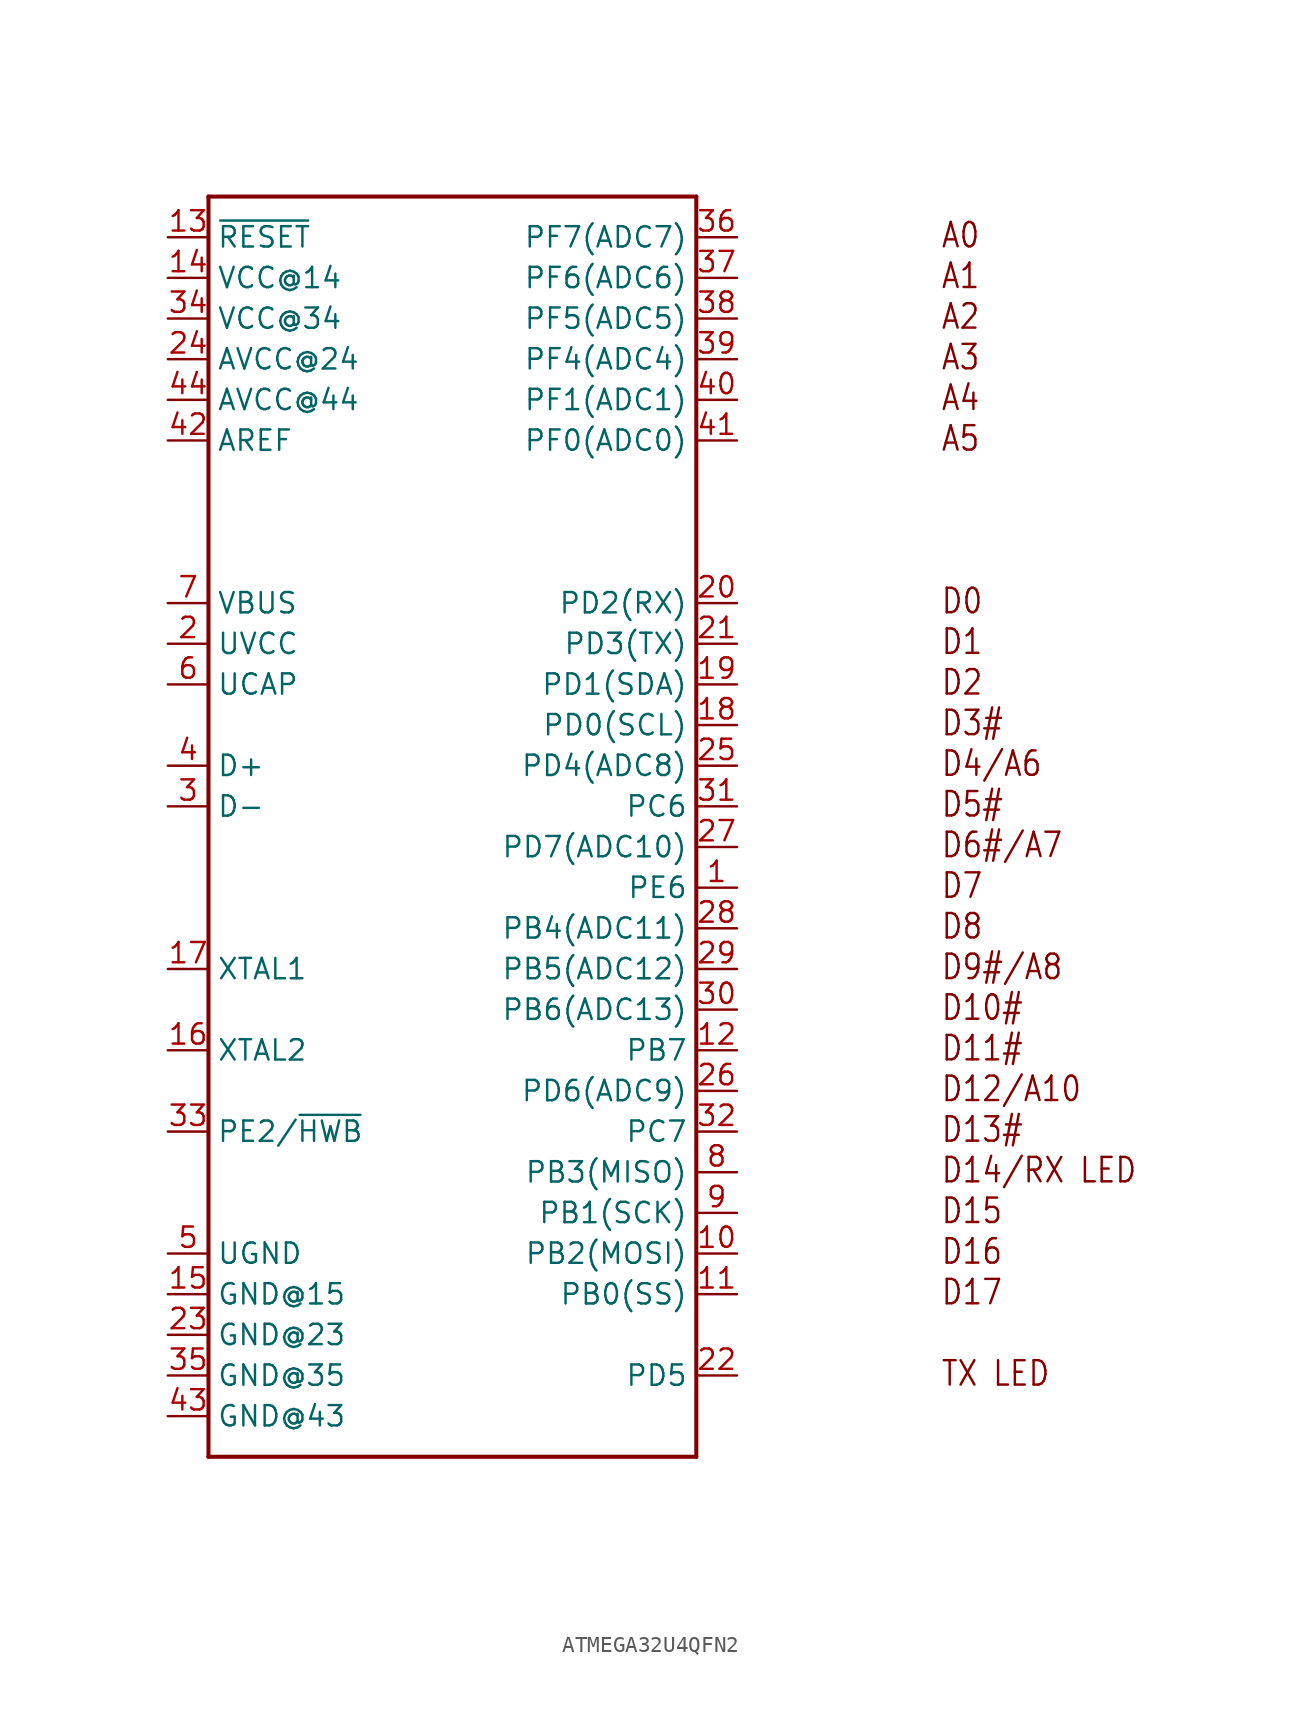
<source format=kicad_sym>
(kicad_symbol_lib
  (version 20220914)
  (generator kicad_symbol_editor)
  (symbol "ATMEGA32U4QFN2"
    (property "Reference" ""
      (at -15.24 38.1 0)
      (effects (font (size 1.778 1.511)) (justify left bottom) hide))
    (property "Value" ""
      (at -15.24 -43.18 0)
      (effects (font (size 1.778 1.511)) (justify left bottom)))
    (property "ki_locked" ""
      (at 0 0 0)
      (effects (font (size 1.27 1.27))))
    (symbol "ATMEGA32U4QFN2_1_0"
      (polyline (pts (xy -15.24 -40.64) (xy 15.24 -40.64)) (stroke (width 0.254) (type solid)) (fill (type none)))
      (polyline (pts (xy -15.24 38.1) (xy -15.24 -40.64)) (stroke (width 0.254) (type solid)) (fill (type none)))
      (polyline (pts (xy 15.24 -40.64) (xy 15.24 38.1)) (stroke (width 0.254) (type solid)) (fill (type none)))
      (polyline (pts (xy 15.24 38.1) (xy -15.24 38.1)) (stroke (width 0.254) (type solid)) (fill (type none)))
      (text "A0" (at 30.48 34.798 0) (effects (font (size 1.524 1.295)) (justify left bottom)))
      (text "A1" (at 30.48 32.258 0) (effects (font (size 1.524 1.295)) (justify left bottom)))
      (text "A2" (at 30.48 29.718 0) (effects (font (size 1.524 1.295)) (justify left bottom)))
      (text "A3" (at 30.48 27.178 0) (effects (font (size 1.524 1.295)) (justify left bottom)))
      (text "A4" (at 30.48 24.638 0) (effects (font (size 1.524 1.295)) (justify left bottom)))
      (text "A5" (at 30.48 22.098 0) (effects (font (size 1.524 1.295)) (justify left bottom)))
      (text "D0" (at 30.48 11.938 0) (effects (font (size 1.524 1.295)) (justify left bottom)))
      (text "D1" (at 30.48 9.398 0) (effects (font (size 1.524 1.295)) (justify left bottom)))
      (text "D10#" (at 30.48 -13.462 0) (effects (font (size 1.524 1.295)) (justify left bottom)))
      (text "D11#" (at 30.48 -16.002 0) (effects (font (size 1.524 1.295)) (justify left bottom)))
      (text "D12/A10" (at 30.48 -18.542 0) (effects (font (size 1.524 1.295)) (justify left bottom)))
      (text "D13#" (at 30.48 -21.082 0) (effects (font (size 1.524 1.295)) (justify left bottom)))
      (text "D14/RX LED" (at 30.48 -23.622 0) (effects (font (size 1.524 1.295)) (justify left bottom)))
      (text "D15" (at 30.48 -26.162 0) (effects (font (size 1.524 1.295)) (justify left bottom)))
      (text "D16" (at 30.48 -28.702 0) (effects (font (size 1.524 1.295)) (justify left bottom)))
      (text "D17" (at 30.48 -31.242 0) (effects (font (size 1.524 1.295)) (justify left bottom)))
      (text "D2" (at 30.48 6.858 0) (effects (font (size 1.524 1.295)) (justify left bottom)))
      (text "D3#" (at 30.48 4.318 0) (effects (font (size 1.524 1.295)) (justify left bottom)))
      (text "D4/A6" (at 30.48 1.778 0) (effects (font (size 1.524 1.295)) (justify left bottom)))
      (text "D5#" (at 30.48 -0.762 0) (effects (font (size 1.524 1.295)) (justify left bottom)))
      (text "D6#/A7" (at 30.48 -3.302 0) (effects (font (size 1.524 1.295)) (justify left bottom)))
      (text "D7" (at 30.48 -5.842 0) (effects (font (size 1.524 1.295)) (justify left bottom)))
      (text "D8" (at 30.48 -8.382 0) (effects (font (size 1.524 1.295)) (justify left bottom)))
      (text "D9#/A8" (at 30.48 -10.922 0) (effects (font (size 1.524 1.295)) (justify left bottom)))
      (text "TX LED" (at 30.48 -36.322 0) (effects (font (size 1.524 1.295)) (justify left bottom)))
      (pin bidirectional line (at 17.78 -5.08 180) (length 2.54) (name "PE6" (effects (font (size 1.27 1.27)))) (number "1" (effects (font (size 1.27 1.27)))))
      (pin bidirectional line (at 17.78 -27.94 180) (length 2.54) (name "PB2(MOSI)" (effects (font (size 1.27 1.27)))) (number "10" (effects (font (size 1.27 1.27)))))
      (pin bidirectional line (at 17.78 -30.48 180) (length 2.54) (name "PB0(SS)" (effects (font (size 1.27 1.27)))) (number "11" (effects (font (size 1.27 1.27)))))
      (pin bidirectional line (at 17.78 -15.24 180) (length 2.54) (name "PB7" (effects (font (size 1.27 1.27)))) (number "12" (effects (font (size 1.27 1.27)))))
      (pin bidirectional line (at -17.78 35.56 0) (length 2.54) (name "~{RESET}" (effects (font (size 1.27 1.27)))) (number "13" (effects (font (size 1.27 1.27)))))
      (pin bidirectional line (at -17.78 33.02 0) (length 2.54) (name "VCC@14" (effects (font (size 1.27 1.27)))) (number "14" (effects (font (size 1.27 1.27)))))
      (pin bidirectional line (at -17.78 -30.48 0) (length 2.54) (name "GND@15" (effects (font (size 1.27 1.27)))) (number "15" (effects (font (size 1.27 1.27)))))
      (pin bidirectional line (at -17.78 -15.24 0) (length 2.54) (name "XTAL2" (effects (font (size 1.27 1.27)))) (number "16" (effects (font (size 1.27 1.27)))))
      (pin bidirectional line (at -17.78 -10.16 0) (length 2.54) (name "XTAL1" (effects (font (size 1.27 1.27)))) (number "17" (effects (font (size 1.27 1.27)))))
      (pin bidirectional line (at 17.78 5.08 180) (length 2.54) (name "PD0(SCL)" (effects (font (size 1.27 1.27)))) (number "18" (effects (font (size 1.27 1.27)))))
      (pin bidirectional line (at 17.78 7.62 180) (length 2.54) (name "PD1(SDA)" (effects (font (size 1.27 1.27)))) (number "19" (effects (font (size 1.27 1.27)))))
      (pin bidirectional line (at -17.78 10.16 0) (length 2.54) (name "UVCC" (effects (font (size 1.27 1.27)))) (number "2" (effects (font (size 1.27 1.27)))))
      (pin bidirectional line (at 17.78 12.7 180) (length 2.54) (name "PD2(RX)" (effects (font (size 1.27 1.27)))) (number "20" (effects (font (size 1.27 1.27)))))
      (pin bidirectional line (at 17.78 10.16 180) (length 2.54) (name "PD3(TX)" (effects (font (size 1.27 1.27)))) (number "21" (effects (font (size 1.27 1.27)))))
      (pin bidirectional line (at 17.78 -35.56 180) (length 2.54) (name "PD5" (effects (font (size 1.27 1.27)))) (number "22" (effects (font (size 1.27 1.27)))))
      (pin bidirectional line (at -17.78 -33.02 0) (length 2.54) (name "GND@23" (effects (font (size 1.27 1.27)))) (number "23" (effects (font (size 1.27 1.27)))))
      (pin bidirectional line (at -17.78 27.94 0) (length 2.54) (name "AVCC@24" (effects (font (size 1.27 1.27)))) (number "24" (effects (font (size 1.27 1.27)))))
      (pin bidirectional line (at 17.78 2.54 180) (length 2.54) (name "PD4(ADC8)" (effects (font (size 1.27 1.27)))) (number "25" (effects (font (size 1.27 1.27)))))
      (pin bidirectional line (at 17.78 -17.78 180) (length 2.54) (name "PD6(ADC9)" (effects (font (size 1.27 1.27)))) (number "26" (effects (font (size 1.27 1.27)))))
      (pin bidirectional line (at 17.78 -2.54 180) (length 2.54) (name "PD7(ADC10)" (effects (font (size 1.27 1.27)))) (number "27" (effects (font (size 1.27 1.27)))))
      (pin bidirectional line (at 17.78 -7.62 180) (length 2.54) (name "PB4(ADC11)" (effects (font (size 1.27 1.27)))) (number "28" (effects (font (size 1.27 1.27)))))
      (pin bidirectional line (at 17.78 -10.16 180) (length 2.54) (name "PB5(ADC12)" (effects (font (size 1.27 1.27)))) (number "29" (effects (font (size 1.27 1.27)))))
      (pin bidirectional line (at -17.78 0 0) (length 2.54) (name "D-" (effects (font (size 1.27 1.27)))) (number "3" (effects (font (size 1.27 1.27)))))
      (pin bidirectional line (at 17.78 -12.7 180) (length 2.54) (name "PB6(ADC13)" (effects (font (size 1.27 1.27)))) (number "30" (effects (font (size 1.27 1.27)))))
      (pin bidirectional line (at 17.78 0 180) (length 2.54) (name "PC6" (effects (font (size 1.27 1.27)))) (number "31" (effects (font (size 1.27 1.27)))))
      (pin bidirectional line (at 17.78 -20.32 180) (length 2.54) (name "PC7" (effects (font (size 1.27 1.27)))) (number "32" (effects (font (size 1.27 1.27)))))
      (pin bidirectional line (at -17.78 -20.32 0) (length 2.54) (name "PE2/~{HWB}" (effects (font (size 1.27 1.27)))) (number "33" (effects (font (size 1.27 1.27)))))
      (pin bidirectional line (at -17.78 30.48 0) (length 2.54) (name "VCC@34" (effects (font (size 1.27 1.27)))) (number "34" (effects (font (size 1.27 1.27)))))
      (pin bidirectional line (at -17.78 -35.56 0) (length 2.54) (name "GND@35" (effects (font (size 1.27 1.27)))) (number "35" (effects (font (size 1.27 1.27)))))
      (pin bidirectional line (at 17.78 35.56 180) (length 2.54) (name "PF7(ADC7)" (effects (font (size 1.27 1.27)))) (number "36" (effects (font (size 1.27 1.27)))))
      (pin bidirectional line (at 17.78 33.02 180) (length 2.54) (name "PF6(ADC6)" (effects (font (size 1.27 1.27)))) (number "37" (effects (font (size 1.27 1.27)))))
      (pin bidirectional line (at 17.78 30.48 180) (length 2.54) (name "PF5(ADC5)" (effects (font (size 1.27 1.27)))) (number "38" (effects (font (size 1.27 1.27)))))
      (pin bidirectional line (at 17.78 27.94 180) (length 2.54) (name "PF4(ADC4)" (effects (font (size 1.27 1.27)))) (number "39" (effects (font (size 1.27 1.27)))))
      (pin bidirectional line (at -17.78 2.54 0) (length 2.54) (name "D+" (effects (font (size 1.27 1.27)))) (number "4" (effects (font (size 1.27 1.27)))))
      (pin bidirectional line (at 17.78 25.4 180) (length 2.54) (name "PF1(ADC1)" (effects (font (size 1.27 1.27)))) (number "40" (effects (font (size 1.27 1.27)))))
      (pin bidirectional line (at 17.78 22.86 180) (length 2.54) (name "PF0(ADC0)" (effects (font (size 1.27 1.27)))) (number "41" (effects (font (size 1.27 1.27)))))
      (pin bidirectional line (at -17.78 22.86 0) (length 2.54) (name "AREF" (effects (font (size 1.27 1.27)))) (number "42" (effects (font (size 1.27 1.27)))))
      (pin bidirectional line (at -17.78 -38.1 0) (length 2.54) (name "GND@43" (effects (font (size 1.27 1.27)))) (number "43" (effects (font (size 1.27 1.27)))))
      (pin bidirectional line (at -17.78 25.4 0) (length 2.54) (name "AVCC@44" (effects (font (size 1.27 1.27)))) (number "44" (effects (font (size 1.27 1.27)))))
      (pin bidirectional line (at -17.78 -27.94 0) (length 2.54) (name "UGND" (effects (font (size 1.27 1.27)))) (number "5" (effects (font (size 1.27 1.27)))))
      (pin bidirectional line (at -17.78 7.62 0) (length 2.54) (name "UCAP" (effects (font (size 1.27 1.27)))) (number "6" (effects (font (size 1.27 1.27)))))
      (pin bidirectional line (at -17.78 12.7 0) (length 2.54) (name "VBUS" (effects (font (size 1.27 1.27)))) (number "7" (effects (font (size 1.27 1.27)))))
      (pin bidirectional line (at 17.78 -22.86 180) (length 2.54) (name "PB3(MISO)" (effects (font (size 1.27 1.27)))) (number "8" (effects (font (size 1.27 1.27)))))
      (pin bidirectional line (at 17.78 -25.4 180) (length 2.54) (name "PB1(SCK)" (effects (font (size 1.27 1.27)))) (number "9" (effects (font (size 1.27 1.27))))))))
</source>
